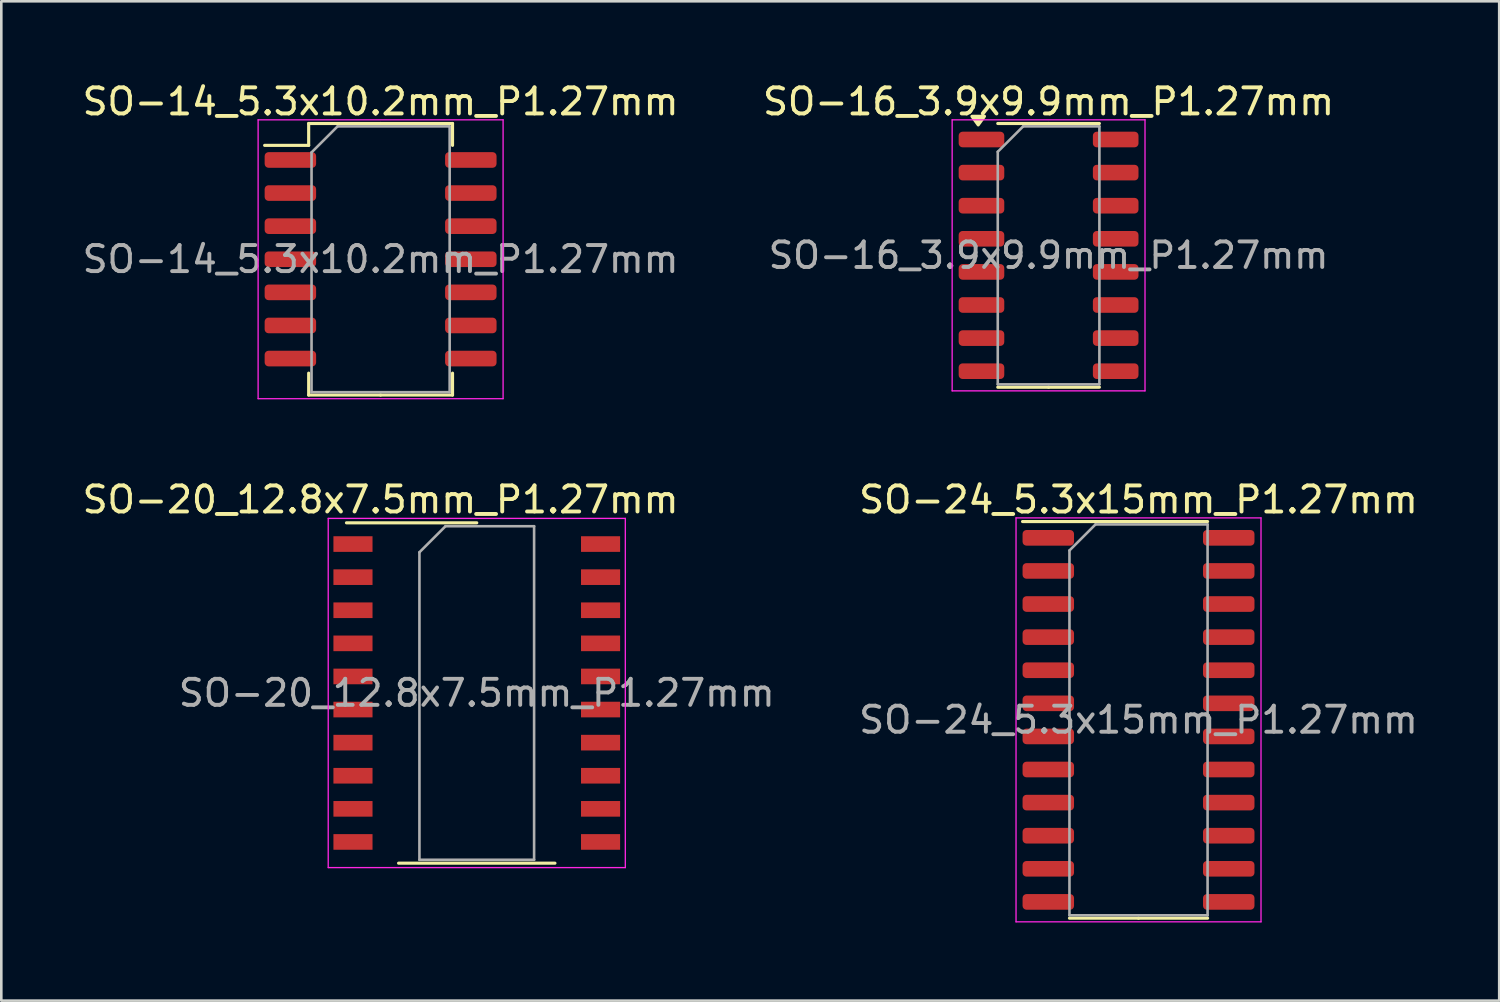
<source format=kicad_pcb>
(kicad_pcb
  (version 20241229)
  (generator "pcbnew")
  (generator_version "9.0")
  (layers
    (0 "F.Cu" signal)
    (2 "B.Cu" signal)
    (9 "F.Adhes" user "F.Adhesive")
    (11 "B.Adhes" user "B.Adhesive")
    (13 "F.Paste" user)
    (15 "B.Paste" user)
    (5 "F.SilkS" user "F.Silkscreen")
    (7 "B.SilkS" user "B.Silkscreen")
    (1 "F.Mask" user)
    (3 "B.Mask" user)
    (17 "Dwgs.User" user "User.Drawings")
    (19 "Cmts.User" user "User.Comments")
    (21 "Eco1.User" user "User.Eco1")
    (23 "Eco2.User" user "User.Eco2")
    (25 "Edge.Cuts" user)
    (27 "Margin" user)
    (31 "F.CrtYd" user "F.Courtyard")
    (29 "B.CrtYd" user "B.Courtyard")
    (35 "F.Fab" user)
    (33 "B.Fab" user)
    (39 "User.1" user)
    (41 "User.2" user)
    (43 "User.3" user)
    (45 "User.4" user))
  (footprint "SO-16_3.9x9.9mm_P1.27mm"
    (layer "F.Cu")
    (at 37.185 6.748)
    (property "Reference" "SO-16_3.9x9.9mm_P1.27mm" (at 0 -5.9 0) (layer "F.SilkS") (effects (font (size 1 1) (thickness 0.15))))
    (attr smd)
    (fp_line (start 0 -5.06) (end -1.95 -5.06) (stroke (width 0.12) (type solid)) (layer "F.SilkS"))
    (fp_line (start 0 -5.06) (end 1.95 -5.06) (stroke (width 0.12) (type solid)) (layer "F.SilkS"))
    (fp_line (start 0 5.06) (end -1.95 5.06) (stroke (width 0.12) (type solid)) (layer "F.SilkS"))
    (fp_line (start 0 5.06) (end 1.95 5.06) (stroke (width 0.12) (type solid)) (layer "F.SilkS"))
    (fp_poly (pts (xy -2.7 -5.005) (xy -2.94 -5.335) (xy -2.46 -5.335) (xy -2.7 -5.005)) (stroke (width 0.12) (type solid)) (fill yes) (layer "F.SilkS"))
    (fp_line (start -3.7 -5.2) (end -3.7 5.2) (stroke (width 0.05) (type solid)) (layer "F.CrtYd"))
    (fp_line (start -3.7 5.2) (end 3.7 5.2) (stroke (width 0.05) (type solid)) (layer "F.CrtYd"))
    (fp_line (start 3.7 -5.2) (end -3.7 -5.2) (stroke (width 0.05) (type solid)) (layer "F.CrtYd"))
    (fp_line (start 3.7 5.2) (end 3.7 -5.2) (stroke (width 0.05) (type solid)) (layer "F.CrtYd"))
    (fp_line (start -1.95 -3.975) (end -0.975 -4.95) (stroke (width 0.1) (type solid)) (layer "F.Fab"))
    (fp_line (start -1.95 4.95) (end -1.95 -3.975) (stroke (width 0.1) (type solid)) (layer "F.Fab"))
    (fp_line (start -0.975 -4.95) (end 1.95 -4.95) (stroke (width 0.1) (type solid)) (layer "F.Fab"))
    (fp_line (start 1.95 -4.95) (end 1.95 4.95) (stroke (width 0.1) (type solid)) (layer "F.Fab"))
    (fp_line (start 1.95 4.95) (end -1.95 4.95) (stroke (width 0.1) (type solid)) (layer "F.Fab"))
    (fp_text user "${REFERENCE}" (at 0 0 0) (layer "F.Fab") (effects (font (size 0.98 0.98) (thickness 0.15))))
    (pad "1" smd roundrect (at -2.575 -4.445) (size 1.75 0.6) (layers "F.Cu" "F.Mask" "F.Paste") (roundrect_rratio 0.25))
    (pad "2" smd roundrect (at -2.575 -3.175) (size 1.75 0.6) (layers "F.Cu" "F.Mask" "F.Paste") (roundrect_rratio 0.25))
    (pad "3" smd roundrect (at -2.575 -1.905) (size 1.75 0.6) (layers "F.Cu" "F.Mask" "F.Paste") (roundrect_rratio 0.25))
    (pad "4" smd roundrect (at -2.575 -0.635) (size 1.75 0.6) (layers "F.Cu" "F.Mask" "F.Paste") (roundrect_rratio 0.25))
    (pad "5" smd roundrect (at -2.575 0.635) (size 1.75 0.6) (layers "F.Cu" "F.Mask" "F.Paste") (roundrect_rratio 0.25))
    (pad "6" smd roundrect (at -2.575 1.905) (size 1.75 0.6) (layers "F.Cu" "F.Mask" "F.Paste") (roundrect_rratio 0.25))
    (pad "7" smd roundrect (at -2.575 3.175) (size 1.75 0.6) (layers "F.Cu" "F.Mask" "F.Paste") (roundrect_rratio 0.25))
    (pad "8" smd roundrect (at -2.575 4.445) (size 1.75 0.6) (layers "F.Cu" "F.Mask" "F.Paste") (roundrect_rratio 0.25))
    (pad "9" smd roundrect (at 2.575 4.445) (size 1.75 0.6) (layers "F.Cu" "F.Mask" "F.Paste") (roundrect_rratio 0.25))
    (pad "10" smd roundrect (at 2.575 3.175) (size 1.75 0.6) (layers "F.Cu" "F.Mask" "F.Paste") (roundrect_rratio 0.25))
    (pad "11" smd roundrect (at 2.575 1.905) (size 1.75 0.6) (layers "F.Cu" "F.Mask" "F.Paste") (roundrect_rratio 0.25))
    (pad "12" smd roundrect (at 2.575 0.635) (size 1.75 0.6) (layers "F.Cu" "F.Mask" "F.Paste") (roundrect_rratio 0.25))
    (pad "13" smd roundrect (at 2.575 -0.635) (size 1.75 0.6) (layers "F.Cu" "F.Mask" "F.Paste") (roundrect_rratio 0.25))
    (pad "14" smd roundrect (at 2.575 -1.905) (size 1.75 0.6) (layers "F.Cu" "F.Mask" "F.Paste") (roundrect_rratio 0.25))
    (pad "15" smd roundrect (at 2.575 -3.175) (size 1.75 0.6) (layers "F.Cu" "F.Mask" "F.Paste") (roundrect_rratio 0.25))
    (pad "16" smd roundrect (at 2.575 -4.445) (size 1.75 0.6) (layers "F.Cu" "F.Mask" "F.Paste") (roundrect_rratio 0.25)))
  (footprint "SO-20_12.8x7.5mm_P1.27mm"
    (layer "F.Cu")
    (at 15.244 23.541)
    (property "Reference" "SO-20_12.8x7.5mm_P1.27mm" (at -3.69 -7.42 0) (layer "F.SilkS") (effects (font (size 1 1) (thickness 0.15))))
    (attr smd)
    (fp_line (start -5 -6.53) (end 0 -6.53) (stroke (width 0.12) (type solid)) (layer "F.SilkS"))
    (fp_line (start -3 6.53) (end 3 6.53) (stroke (width 0.12) (type solid)) (layer "F.SilkS"))
    (fp_line (start -5.7 -6.7) (end 5.7 -6.7) (stroke (width 0.05) (type solid)) (layer "F.CrtYd"))
    (fp_line (start -5.7 6.7) (end -5.7 -6.7) (stroke (width 0.05) (type solid)) (layer "F.CrtYd"))
    (fp_line (start 5.7 -6.7) (end 5.7 6.7) (stroke (width 0.05) (type solid)) (layer "F.CrtYd"))
    (fp_line (start 5.7 6.7) (end -5.7 6.7) (stroke (width 0.05) (type solid)) (layer "F.CrtYd"))
    (fp_line (start -2.2 -5.4) (end -1.2 -6.4) (stroke (width 0.1) (type solid)) (layer "F.Fab"))
    (fp_line (start -2.2 6.4) (end -2.2 -5.4) (stroke (width 0.1) (type solid)) (layer "F.Fab"))
    (fp_line (start -1.2 -6.4) (end 2.2 -6.4) (stroke (width 0.1) (type solid)) (layer "F.Fab"))
    (fp_line (start 2.2 -6.4) (end 2.2 6.4) (stroke (width 0.1) (type solid)) (layer "F.Fab"))
    (fp_line (start 2.2 6.4) (end -2.2 6.4) (stroke (width 0.1) (type solid)) (layer "F.Fab"))
    (fp_text user "${REFERENCE}" (at 0 0 0) (layer "F.Fab") (effects (font (size 1 1) (thickness 0.15))))
    (pad "1" smd rect (at -4.75 -5.715) (size 1.5 0.6) (layers "F.Cu" "F.Mask" "F.Paste"))
    (pad "2" smd rect (at -4.75 -4.445) (size 1.5 0.6) (layers "F.Cu" "F.Mask" "F.Paste"))
    (pad "3" smd rect (at -4.75 -3.175) (size 1.5 0.6) (layers "F.Cu" "F.Mask" "F.Paste"))
    (pad "4" smd rect (at -4.75 -1.905) (size 1.5 0.6) (layers "F.Cu" "F.Mask" "F.Paste"))
    (pad "5" smd rect (at -4.75 -0.635) (size 1.5 0.6) (layers "F.Cu" "F.Mask" "F.Paste"))
    (pad "6" smd rect (at -4.75 0.635) (size 1.5 0.6) (layers "F.Cu" "F.Mask" "F.Paste"))
    (pad "7" smd rect (at -4.75 1.905) (size 1.5 0.6) (layers "F.Cu" "F.Mask" "F.Paste"))
    (pad "8" smd rect (at -4.75 3.175) (size 1.5 0.6) (layers "F.Cu" "F.Mask" "F.Paste"))
    (pad "9" smd rect (at -4.75 4.445) (size 1.5 0.6) (layers "F.Cu" "F.Mask" "F.Paste"))
    (pad "10" smd rect (at -4.75 5.715) (size 1.5 0.6) (layers "F.Cu" "F.Mask" "F.Paste"))
    (pad "11" smd rect (at 4.75 5.715) (size 1.5 0.6) (layers "F.Cu" "F.Mask" "F.Paste"))
    (pad "12" smd rect (at 4.75 4.445) (size 1.5 0.6) (layers "F.Cu" "F.Mask" "F.Paste"))
    (pad "13" smd rect (at 4.75 3.175) (size 1.5 0.6) (layers "F.Cu" "F.Mask" "F.Paste"))
    (pad "14" smd rect (at 4.75 1.905) (size 1.5 0.6) (layers "F.Cu" "F.Mask" "F.Paste"))
    (pad "15" smd rect (at 4.75 0.635) (size 1.5 0.6) (layers "F.Cu" "F.Mask" "F.Paste"))
    (pad "16" smd rect (at 4.75 -0.635) (size 1.5 0.6) (layers "F.Cu" "F.Mask" "F.Paste"))
    (pad "17" smd rect (at 4.75 -1.905) (size 1.5 0.6) (layers "F.Cu" "F.Mask" "F.Paste"))
    (pad "18" smd rect (at 4.75 -3.175) (size 1.5 0.6) (layers "F.Cu" "F.Mask" "F.Paste"))
    (pad "19" smd rect (at 4.75 -4.445) (size 1.5 0.6) (layers "F.Cu" "F.Mask" "F.Paste"))
    (pad "20" smd rect (at 4.75 -5.715) (size 1.5 0.6) (layers "F.Cu" "F.Mask" "F.Paste")))
  (footprint "SO-24_5.3x15mm_P1.27mm"
    (layer "F.Cu")
    (at 40.636 24.572)
    (property "Reference" "SO-24_5.3x15mm_P1.27mm" (at 0 -8.45 0) (layer "F.SilkS") (effects (font (size 1 1) (thickness 0.15))))
    (attr smd)
    (fp_line (start 0 -7.61) (end -4.45 -7.61) (stroke (width 0.12) (type solid)) (layer "F.SilkS"))
    (fp_line (start 0 -7.61) (end 2.65 -7.61) (stroke (width 0.12) (type solid)) (layer "F.SilkS"))
    (fp_line (start 0 7.61) (end -2.65 7.61) (stroke (width 0.12) (type solid)) (layer "F.SilkS"))
    (fp_line (start 0 7.61) (end 2.65 7.61) (stroke (width 0.12) (type solid)) (layer "F.SilkS"))
    (fp_line (start -4.7 -7.75) (end -4.7 7.75) (stroke (width 0.05) (type solid)) (layer "F.CrtYd"))
    (fp_line (start -4.7 7.75) (end 4.7 7.75) (stroke (width 0.05) (type solid)) (layer "F.CrtYd"))
    (fp_line (start 4.7 -7.75) (end -4.7 -7.75) (stroke (width 0.05) (type solid)) (layer "F.CrtYd"))
    (fp_line (start 4.7 7.75) (end 4.7 -7.75) (stroke (width 0.05) (type solid)) (layer "F.CrtYd"))
    (fp_line (start -2.65 -6.5) (end -1.65 -7.5) (stroke (width 0.1) (type solid)) (layer "F.Fab"))
    (fp_line (start -2.65 7.5) (end -2.65 -6.5) (stroke (width 0.1) (type solid)) (layer "F.Fab"))
    (fp_line (start -1.65 -7.5) (end 2.65 -7.5) (stroke (width 0.1) (type solid)) (layer "F.Fab"))
    (fp_line (start 2.65 -7.5) (end 2.65 7.5) (stroke (width 0.1) (type solid)) (layer "F.Fab"))
    (fp_line (start 2.65 7.5) (end -2.65 7.5) (stroke (width 0.1) (type solid)) (layer "F.Fab"))
    (fp_text user "${REFERENCE}" (at 0 0 0) (layer "F.Fab") (effects (font (size 1 1) (thickness 0.15))))
    (pad "1" smd roundrect (at -3.462 -6.985) (size 1.975 0.6) (layers "F.Cu" "F.Mask" "F.Paste") (roundrect_rratio 0.25))
    (pad "2" smd roundrect (at -3.462 -5.715) (size 1.975 0.6) (layers "F.Cu" "F.Mask" "F.Paste") (roundrect_rratio 0.25))
    (pad "3" smd roundrect (at -3.462 -4.445) (size 1.975 0.6) (layers "F.Cu" "F.Mask" "F.Paste") (roundrect_rratio 0.25))
    (pad "4" smd roundrect (at -3.462 -3.175) (size 1.975 0.6) (layers "F.Cu" "F.Mask" "F.Paste") (roundrect_rratio 0.25))
    (pad "5" smd roundrect (at -3.462 -1.905) (size 1.975 0.6) (layers "F.Cu" "F.Mask" "F.Paste") (roundrect_rratio 0.25))
    (pad "6" smd roundrect (at -3.462 -0.635) (size 1.975 0.6) (layers "F.Cu" "F.Mask" "F.Paste") (roundrect_rratio 0.25))
    (pad "7" smd roundrect (at -3.462 0.635) (size 1.975 0.6) (layers "F.Cu" "F.Mask" "F.Paste") (roundrect_rratio 0.25))
    (pad "8" smd roundrect (at -3.462 1.905) (size 1.975 0.6) (layers "F.Cu" "F.Mask" "F.Paste") (roundrect_rratio 0.25))
    (pad "9" smd roundrect (at -3.462 3.175) (size 1.975 0.6) (layers "F.Cu" "F.Mask" "F.Paste") (roundrect_rratio 0.25))
    (pad "10" smd roundrect (at -3.462 4.445) (size 1.975 0.6) (layers "F.Cu" "F.Mask" "F.Paste") (roundrect_rratio 0.25))
    (pad "11" smd roundrect (at -3.462 5.715) (size 1.975 0.6) (layers "F.Cu" "F.Mask" "F.Paste") (roundrect_rratio 0.25))
    (pad "12" smd roundrect (at -3.462 6.985) (size 1.975 0.6) (layers "F.Cu" "F.Mask" "F.Paste") (roundrect_rratio 0.25))
    (pad "13" smd roundrect (at 3.462 6.985) (size 1.975 0.6) (layers "F.Cu" "F.Mask" "F.Paste") (roundrect_rratio 0.25))
    (pad "14" smd roundrect (at 3.462 5.715) (size 1.975 0.6) (layers "F.Cu" "F.Mask" "F.Paste") (roundrect_rratio 0.25))
    (pad "15" smd roundrect (at 3.462 4.445) (size 1.975 0.6) (layers "F.Cu" "F.Mask" "F.Paste") (roundrect_rratio 0.25))
    (pad "16" smd roundrect (at 3.462 3.175) (size 1.975 0.6) (layers "F.Cu" "F.Mask" "F.Paste") (roundrect_rratio 0.25))
    (pad "17" smd roundrect (at 3.462 1.905) (size 1.975 0.6) (layers "F.Cu" "F.Mask" "F.Paste") (roundrect_rratio 0.25))
    (pad "18" smd roundrect (at 3.462 0.635) (size 1.975 0.6) (layers "F.Cu" "F.Mask" "F.Paste") (roundrect_rratio 0.25))
    (pad "19" smd roundrect (at 3.462 -0.635) (size 1.975 0.6) (layers "F.Cu" "F.Mask" "F.Paste") (roundrect_rratio 0.25))
    (pad "20" smd roundrect (at 3.462 -1.905) (size 1.975 0.6) (layers "F.Cu" "F.Mask" "F.Paste") (roundrect_rratio 0.25))
    (pad "21" smd roundrect (at 3.462 -3.175) (size 1.975 0.6) (layers "F.Cu" "F.Mask" "F.Paste") (roundrect_rratio 0.25))
    (pad "22" smd roundrect (at 3.462 -4.445) (size 1.975 0.6) (layers "F.Cu" "F.Mask" "F.Paste") (roundrect_rratio 0.25))
    (pad "23" smd roundrect (at 3.462 -5.715) (size 1.975 0.6) (layers "F.Cu" "F.Mask" "F.Paste") (roundrect_rratio 0.25))
    (pad "24" smd roundrect (at 3.462 -6.985) (size 1.975 0.6) (layers "F.Cu" "F.Mask" "F.Paste") (roundrect_rratio 0.25)))
  (footprint "SO-14_5.3x10.2mm_P1.27mm"
    (layer "F.Cu")
    (at 11.554 6.898)
    (property "Reference" "SO-14_5.3x10.2mm_P1.27mm" (at 0 -6.05 0) (layer "F.SilkS") (effects (font (size 1 1) (thickness 0.15))))
    (attr smd)
    (fp_line (start -2.76 -5.21) (end -2.76 -4.37) (stroke (width 0.12) (type solid)) (layer "F.SilkS"))
    (fp_line (start -2.76 -4.37) (end -4.45 -4.37) (stroke (width 0.12) (type solid)) (layer "F.SilkS"))
    (fp_line (start -2.76 5.21) (end -2.76 4.37) (stroke (width 0.12) (type solid)) (layer "F.SilkS"))
    (fp_line (start 0 -5.21) (end -2.76 -5.21) (stroke (width 0.12) (type solid)) (layer "F.SilkS"))
    (fp_line (start 0 -5.21) (end 2.76 -5.21) (stroke (width 0.12) (type solid)) (layer "F.SilkS"))
    (fp_line (start 0 5.21) (end -2.76 5.21) (stroke (width 0.12) (type solid)) (layer "F.SilkS"))
    (fp_line (start 0 5.21) (end 2.76 5.21) (stroke (width 0.12) (type solid)) (layer "F.SilkS"))
    (fp_line (start 2.76 -5.21) (end 2.76 -4.37) (stroke (width 0.12) (type solid)) (layer "F.SilkS"))
    (fp_line (start 2.76 5.21) (end 2.76 4.37) (stroke (width 0.12) (type solid)) (layer "F.SilkS"))
    (fp_line (start -4.7 -5.35) (end -4.7 5.35) (stroke (width 0.05) (type solid)) (layer "F.CrtYd"))
    (fp_line (start -4.7 5.35) (end 4.7 5.35) (stroke (width 0.05) (type solid)) (layer "F.CrtYd"))
    (fp_line (start 4.7 -5.35) (end -4.7 -5.35) (stroke (width 0.05) (type solid)) (layer "F.CrtYd"))
    (fp_line (start 4.7 5.35) (end 4.7 -5.35) (stroke (width 0.05) (type solid)) (layer "F.CrtYd"))
    (fp_line (start -2.65 -4.1) (end -1.65 -5.1) (stroke (width 0.1) (type solid)) (layer "F.Fab"))
    (fp_line (start -2.65 5.1) (end -2.65 -4.1) (stroke (width 0.1) (type solid)) (layer "F.Fab"))
    (fp_line (start -1.65 -5.1) (end 2.65 -5.1) (stroke (width 0.1) (type solid)) (layer "F.Fab"))
    (fp_line (start 2.65 -5.1) (end 2.65 5.1) (stroke (width 0.1) (type solid)) (layer "F.Fab"))
    (fp_line (start 2.65 5.1) (end -2.65 5.1) (stroke (width 0.1) (type solid)) (layer "F.Fab"))
    (fp_text user "${REFERENCE}" (at 0 0 0) (layer "F.Fab") (effects (font (size 1 1) (thickness 0.15))))
    (pad "1" smd roundrect (at -3.462 -3.81) (size 1.975 0.6) (layers "F.Cu" "F.Mask" "F.Paste") (roundrect_rratio 0.25))
    (pad "2" smd roundrect (at -3.462 -2.54) (size 1.975 0.6) (layers "F.Cu" "F.Mask" "F.Paste") (roundrect_rratio 0.25))
    (pad "3" smd roundrect (at -3.462 -1.27) (size 1.975 0.6) (layers "F.Cu" "F.Mask" "F.Paste") (roundrect_rratio 0.25))
    (pad "4" smd roundrect (at -3.462 0) (size 1.975 0.6) (layers "F.Cu" "F.Mask" "F.Paste") (roundrect_rratio 0.25))
    (pad "5" smd roundrect (at -3.462 1.27) (size 1.975 0.6) (layers "F.Cu" "F.Mask" "F.Paste") (roundrect_rratio 0.25))
    (pad "6" smd roundrect (at -3.462 2.54) (size 1.975 0.6) (layers "F.Cu" "F.Mask" "F.Paste") (roundrect_rratio 0.25))
    (pad "7" smd roundrect (at -3.462 3.81) (size 1.975 0.6) (layers "F.Cu" "F.Mask" "F.Paste") (roundrect_rratio 0.25))
    (pad "8" smd roundrect (at 3.462 3.81) (size 1.975 0.6) (layers "F.Cu" "F.Mask" "F.Paste") (roundrect_rratio 0.25))
    (pad "9" smd roundrect (at 3.462 2.54) (size 1.975 0.6) (layers "F.Cu" "F.Mask" "F.Paste") (roundrect_rratio 0.25))
    (pad "10" smd roundrect (at 3.462 1.27) (size 1.975 0.6) (layers "F.Cu" "F.Mask" "F.Paste") (roundrect_rratio 0.25))
    (pad "11" smd roundrect (at 3.462 0) (size 1.975 0.6) (layers "F.Cu" "F.Mask" "F.Paste") (roundrect_rratio 0.25))
    (pad "12" smd roundrect (at 3.462 -1.27) (size 1.975 0.6) (layers "F.Cu" "F.Mask" "F.Paste") (roundrect_rratio 0.25))
    (pad "13" smd roundrect (at 3.462 -2.54) (size 1.975 0.6) (layers "F.Cu" "F.Mask" "F.Paste") (roundrect_rratio 0.25))
    (pad "14" smd roundrect (at 3.462 -3.81) (size 1.975 0.6) (layers "F.Cu" "F.Mask" "F.Paste") (roundrect_rratio 0.25)))
  (gr_rect
    (start -3 -3)
    (end 54.476 35.346)
    (stroke (width 0.1) (type default))
    (fill no)
    (layer "Edge.Cuts")))
</source>
